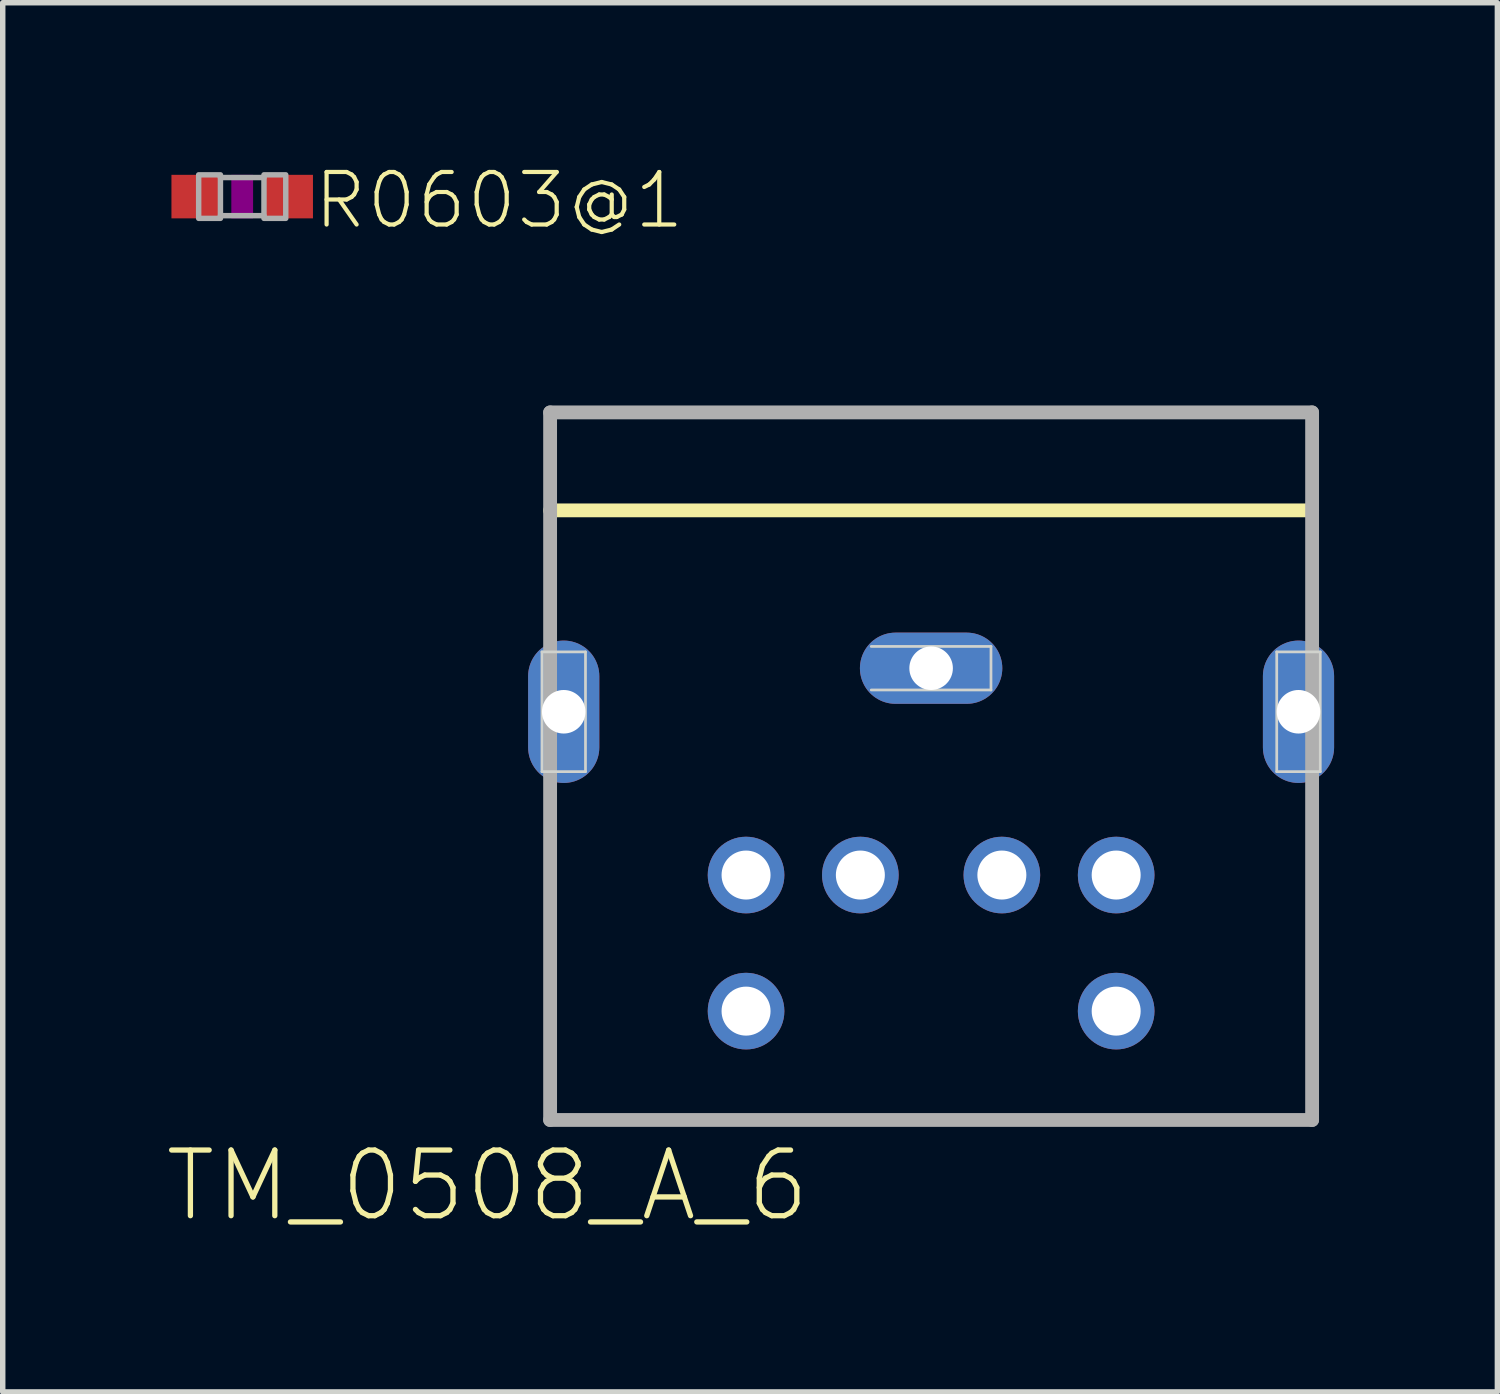
<source format=kicad_pcb>
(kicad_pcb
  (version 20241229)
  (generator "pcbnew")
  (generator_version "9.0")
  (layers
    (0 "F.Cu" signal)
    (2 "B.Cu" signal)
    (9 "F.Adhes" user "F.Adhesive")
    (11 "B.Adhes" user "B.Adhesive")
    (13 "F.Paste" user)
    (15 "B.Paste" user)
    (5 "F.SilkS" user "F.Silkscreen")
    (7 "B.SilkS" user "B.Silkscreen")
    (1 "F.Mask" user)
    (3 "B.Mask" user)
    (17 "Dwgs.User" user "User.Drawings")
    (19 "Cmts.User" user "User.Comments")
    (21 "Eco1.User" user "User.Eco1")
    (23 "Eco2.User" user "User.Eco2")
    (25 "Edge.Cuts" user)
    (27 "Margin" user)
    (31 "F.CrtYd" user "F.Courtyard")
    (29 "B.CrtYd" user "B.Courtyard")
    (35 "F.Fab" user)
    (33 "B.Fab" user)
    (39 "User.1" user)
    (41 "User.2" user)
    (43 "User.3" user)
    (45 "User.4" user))
  (footprint "R0603@1"
    (layer "F.Cu")
    (at 1.4 0.562)
    (property "Reference" "R0603@1" (at 1.27 0.635 180) (layer "F.SilkS") (effects (font (size 0.965 0.965) (thickness 0.077)) (justify left bottom)))
    (attr through_hole)
    (fp_poly (pts (xy -1.4 0.5) (xy -0.3 0.5) (xy -0.3 -0.5) (xy -1.4 -0.5)) (stroke (width 0) (type solid)) (fill yes) (layer "F.Mask"))
    (fp_poly (pts (xy 0.3 0.5) (xy 1.4 0.5) (xy 1.4 -0.5) (xy 0.3 -0.5)) (stroke (width 0) (type solid)) (fill yes) (layer "F.Mask"))
    (fp_poly (pts (xy -0.2 0.4) (xy 0.2 0.4) (xy 0.2 -0.4) (xy -0.2 -0.4)) (stroke (width 0) (type solid)) (fill yes) (layer "F.Adhes"))
    (fp_line (start -0.4 0.35) (end 0.4 0.35) (stroke (width 0.1) (type solid)) (layer "F.Fab"))
    (fp_line (start 0.4 -0.35) (end -0.4 -0.35) (stroke (width 0.1) (type solid)) (layer "F.Fab"))
    (fp_poly (pts (xy -0.8 0.4) (xy -0.4 0.4) (xy -0.4 -0.4) (xy -0.8 -0.4)) (stroke (width 0.1) (type solid)) (fill no) (layer "F.Fab"))
    (fp_poly (pts (xy 0.4 0.4) (xy 0.8 0.4) (xy 0.8 -0.4) (xy 0.4 -0.4)) (stroke (width 0.1) (type solid)) (fill no) (layer "F.Fab"))
    (pad "1" smd rect (at -0.85 0) (size 0.9 0.8) (layers "F.Cu" "F.Mask" "F.Paste"))
    (pad "2" smd rect (at 0.85 0) (size 0.9 0.8) (layers "F.Cu" "F.Mask" "F.Paste")))
  (footprint "TM_0508_A_6"
    (layer "F.Cu")
    (at 14.057 10.027)
    (property "Reference" "TM_0508_A_6" (at -2.174 8 0) (layer "F.SilkS") (effects (font (size 1.206 1.206) (thickness 0.097)) (justify right top)))
    (attr through_hole)
    (fp_line (start -7 -3.7) (end 7 -3.7) (stroke (width 0.254) (type solid)) (layer "F.SilkS"))
    (fp_line (start -7.15 -1.1) (end -6.35 -1.1) (stroke (width 0.05) (type solid)) (layer "Edge.Cuts"))
    (fp_line (start -7.15 1.1) (end -7.15 -1.1) (stroke (width 0.05) (type solid)) (layer "Edge.Cuts"))
    (fp_line (start -6.35 -1.1) (end -6.35 1.1) (stroke (width 0.05) (type solid)) (layer "Edge.Cuts"))
    (fp_line (start -6.35 1.1) (end -7.15 1.1) (stroke (width 0.05) (type solid)) (layer "Edge.Cuts"))
    (fp_line (start -1.1 -1.2) (end 1.1 -1.2) (stroke (width 0.05) (type solid)) (layer "Edge.Cuts"))
    (fp_line (start 1.1 -1.2) (end 1.1 -0.4) (stroke (width 0.05) (type solid)) (layer "Edge.Cuts"))
    (fp_line (start 1.1 -0.4) (end -1.1 -0.4) (stroke (width 0.05) (type solid)) (layer "Edge.Cuts"))
    (fp_line (start 6.35 -1.1) (end 7.15 -1.1) (stroke (width 0.05) (type solid)) (layer "Edge.Cuts"))
    (fp_line (start 6.35 1.1) (end 6.35 -1.1) (stroke (width 0.05) (type solid)) (layer "Edge.Cuts"))
    (fp_line (start 7.15 -1.1) (end 7.15 1.1) (stroke (width 0.05) (type solid)) (layer "Edge.Cuts"))
    (fp_line (start 7.15 1.1) (end 6.35 1.1) (stroke (width 0.05) (type solid)) (layer "Edge.Cuts"))
    (fp_line (start -7 -5.5) (end 7 -5.5) (stroke (width 0.254) (type solid)) (layer "F.Fab"))
    (fp_line (start -7 7.5) (end -7 -5.5) (stroke (width 0.254) (type solid)) (layer "F.Fab"))
    (fp_line (start 7 -5.5) (end 7 7.5) (stroke (width 0.254) (type solid)) (layer "F.Fab"))
    (fp_line (start 7 7.5) (end -7 7.5) (stroke (width 0.254) (type solid)) (layer "F.Fab"))
    (pad "1" thru_hole circle (at 1.3 3) (size 1.408 1.408) (drill 0.9) (layers "*.Cu" "*.Mask"))
    (pad "2" thru_hole circle (at -1.3 3) (size 1.408 1.408) (drill 0.9) (layers "*.Cu" "*.Mask"))
    (pad "3" thru_hole circle (at 3.4 3) (size 1.408 1.408) (drill 0.9) (layers "*.Cu" "*.Mask"))
    (pad "4" thru_hole circle (at -3.4 3) (size 1.408 1.408) (drill 0.9) (layers "*.Cu" "*.Mask"))
    (pad "5" thru_hole circle (at 3.4 5.5) (size 1.408 1.408) (drill 0.9) (layers "*.Cu" "*.Mask"))
    (pad "6" thru_hole circle (at -3.4 5.5) (size 1.408 1.408) (drill 0.9) (layers "*.Cu" "*.Mask"))
    (pad "EARTH1" thru_hole oval (at -6.75 0 90) (size 2.616 1.308) (drill 0.8) (layers "*.Cu" "*.Mask"))
    (pad "EARTH2" thru_hole oval (at 6.75 0 90) (size 2.616 1.308) (drill 0.8) (layers "*.Cu" "*.Mask"))
    (pad "EARTH3" thru_hole oval (at 0 -0.8) (size 2.616 1.308) (drill 0.8) (layers "*.Cu" "*.Mask")))
  (gr_rect
    (start -3 -3)
    (end 24.461 22.523)
    (stroke (width 0.1) (type default))
    (fill no)
    (layer "Edge.Cuts")))
</source>
